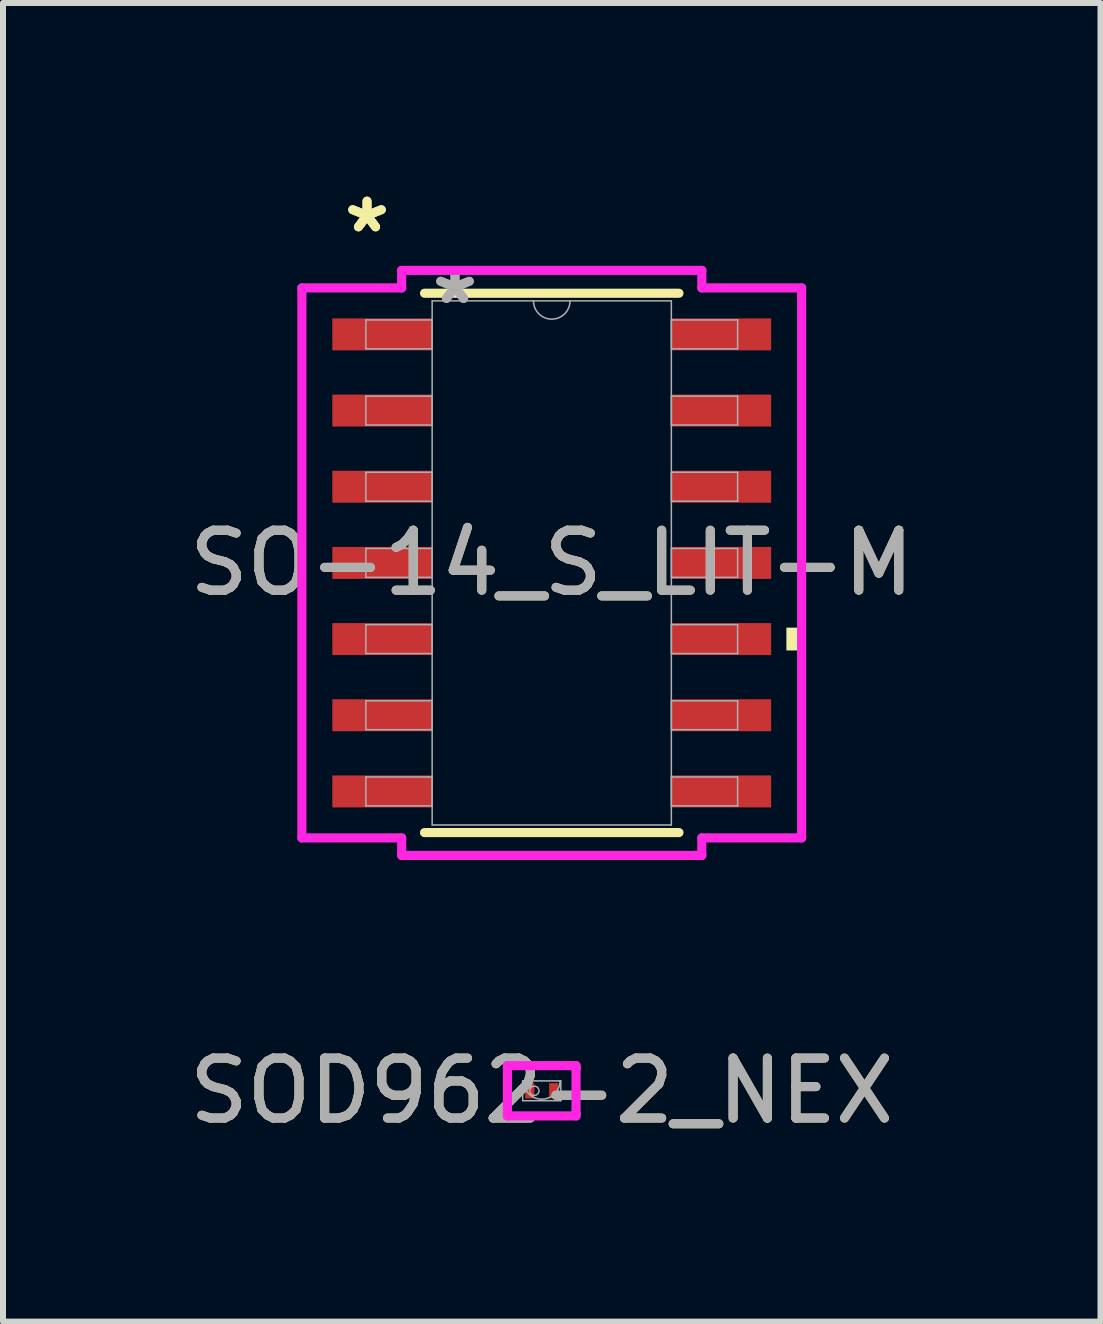
<source format=kicad_pcb>
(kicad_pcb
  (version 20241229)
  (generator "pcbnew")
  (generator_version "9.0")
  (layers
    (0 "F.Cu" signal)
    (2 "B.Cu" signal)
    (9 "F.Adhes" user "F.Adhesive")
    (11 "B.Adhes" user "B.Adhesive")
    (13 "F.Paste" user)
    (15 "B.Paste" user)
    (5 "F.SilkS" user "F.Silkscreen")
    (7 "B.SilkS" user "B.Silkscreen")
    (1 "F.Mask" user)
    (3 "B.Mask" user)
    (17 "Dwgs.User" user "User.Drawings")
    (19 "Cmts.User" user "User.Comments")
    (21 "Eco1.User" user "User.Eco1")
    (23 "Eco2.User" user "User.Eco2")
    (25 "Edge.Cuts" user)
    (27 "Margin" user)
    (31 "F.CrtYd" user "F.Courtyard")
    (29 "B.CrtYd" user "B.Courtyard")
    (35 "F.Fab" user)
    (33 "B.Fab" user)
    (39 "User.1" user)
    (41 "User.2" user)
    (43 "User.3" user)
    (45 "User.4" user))
  (footprint "SOD962-2_NEX"
    (layer "F.Cu")
    (at 5.982 15.136)
    (property "Reference" "SOD962-2_NEX" (at 0 0 0) (unlocked yes) (layer "F.SilkS") (effects (font (size 1 1) (thickness 0.15))))
    (attr smd)
    (fp_line (start -0.572 -0.419) (end 0.572 -0.419) (stroke (width 0.152) (type solid)) (layer "F.CrtYd"))
    (fp_line (start -0.572 -0.381) (end -0.572 -0.419) (stroke (width 0.152) (type solid)) (layer "F.CrtYd"))
    (fp_line (start -0.572 -0.381) (end -0.572 -0.381) (stroke (width 0.152) (type solid)) (layer "F.CrtYd"))
    (fp_line (start -0.572 0.381) (end -0.572 -0.381) (stroke (width 0.152) (type solid)) (layer "F.CrtYd"))
    (fp_line (start -0.572 0.381) (end -0.572 0.381) (stroke (width 0.152) (type solid)) (layer "F.CrtYd"))
    (fp_line (start -0.572 0.419) (end -0.572 0.381) (stroke (width 0.152) (type solid)) (layer "F.CrtYd"))
    (fp_line (start 0.572 -0.419) (end 0.572 -0.381) (stroke (width 0.152) (type solid)) (layer "F.CrtYd"))
    (fp_line (start 0.572 -0.381) (end 0.572 -0.381) (stroke (width 0.152) (type solid)) (layer "F.CrtYd"))
    (fp_line (start 0.572 -0.381) (end 0.572 0.381) (stroke (width 0.152) (type solid)) (layer "F.CrtYd"))
    (fp_line (start 0.572 0.381) (end 0.572 0.381) (stroke (width 0.152) (type solid)) (layer "F.CrtYd"))
    (fp_line (start 0.572 0.381) (end 0.572 0.419) (stroke (width 0.152) (type solid)) (layer "F.CrtYd"))
    (fp_line (start 0.572 0.419) (end -0.572 0.419) (stroke (width 0.152) (type solid)) (layer "F.CrtYd"))
    (fp_line (start -0.318 -0.165) (end -0.318 0.165) (stroke (width 0.025) (type solid)) (layer "F.Fab"))
    (fp_line (start -0.318 0.165) (end 0.318 0.165) (stroke (width 0.025) (type solid)) (layer "F.Fab"))
    (fp_line (start 0.318 -0.165) (end -0.318 -0.165) (stroke (width 0.025) (type solid)) (layer "F.Fab"))
    (fp_line (start 0.318 0.165) (end 0.318 -0.165) (stroke (width 0.025) (type solid)) (layer "F.Fab"))
    (fp_arc (start 0.3048 -0.1651) (mid 0 0.1397) (end -0.3048 -0.1651) (stroke (width 0.0254) (type solid)) (layer "F.Fab"))
    (fp_circle (center -0.123 0) (end -0.046 0) (stroke (width 0.025) (type solid)) (fill no) (layer "F.Fab"))
    (fp_text user "${REFERENCE}" (at 0 0 0) (unlocked yes) (layer "F.Fab") (effects (font (size 1 1) (thickness 0.15))))
    (pad "1" smd rect (at -0.199 0) (size 0.152 0.254) (layers "F.Cu" "F.Mask" "F.Paste"))
    (pad "2" smd rect (at 0.199 0) (size 0.152 0.254) (layers "F.Cu" "F.Mask" "F.Paste")))
  (footprint "SO-14_S_LIT-M"
    (layer "F.Cu")
    (at 6.149 6.335)
    (property "Reference" "SO-14_S_LIT-M" (at 0 0 0) (unlocked yes) (layer "F.SilkS") (effects (font (size 1 1) (thickness 0.15))))
    (attr smd)
    (fp_line (start -2.121 4.496) (end 2.121 4.496) (stroke (width 0.152) (type solid)) (layer "F.SilkS"))
    (fp_line (start 2.121 -4.496) (end -2.121 -4.496) (stroke (width 0.152) (type solid)) (layer "F.SilkS"))
    (fp_poly (pts (xy 4.166 1.079) (xy 4.166 1.46) (xy 3.912 1.46) (xy 3.912 1.079)) (stroke (width 0) (type solid)) (fill yes) (layer "F.SilkS"))
    (fp_line (start -4.166 -4.585) (end -2.502 -4.585) (stroke (width 0.152) (type solid)) (layer "F.CrtYd"))
    (fp_line (start -4.166 4.585) (end -4.166 -4.585) (stroke (width 0.152) (type solid)) (layer "F.CrtYd"))
    (fp_line (start -4.166 4.585) (end -2.502 4.585) (stroke (width 0.152) (type solid)) (layer "F.CrtYd"))
    (fp_line (start -2.502 -4.877) (end 2.502 -4.877) (stroke (width 0.152) (type solid)) (layer "F.CrtYd"))
    (fp_line (start -2.502 -4.585) (end -2.502 -4.877) (stroke (width 0.152) (type solid)) (layer "F.CrtYd"))
    (fp_line (start -2.502 4.877) (end -2.502 4.585) (stroke (width 0.152) (type solid)) (layer "F.CrtYd"))
    (fp_line (start 2.502 -4.877) (end 2.502 -4.585) (stroke (width 0.152) (type solid)) (layer "F.CrtYd"))
    (fp_line (start 2.502 4.585) (end 2.502 4.877) (stroke (width 0.152) (type solid)) (layer "F.CrtYd"))
    (fp_line (start 2.502 4.877) (end -2.502 4.877) (stroke (width 0.152) (type solid)) (layer "F.CrtYd"))
    (fp_line (start 4.166 -4.585) (end 2.502 -4.585) (stroke (width 0.152) (type solid)) (layer "F.CrtYd"))
    (fp_line (start 4.166 -4.585) (end 4.166 4.585) (stroke (width 0.152) (type solid)) (layer "F.CrtYd"))
    (fp_line (start 4.166 4.585) (end 2.502 4.585) (stroke (width 0.152) (type solid)) (layer "F.CrtYd"))
    (fp_line (start -3.099 -4.051) (end -3.099 -3.569) (stroke (width 0.025) (type solid)) (layer "F.Fab"))
    (fp_line (start -3.099 -3.569) (end -1.994 -3.569) (stroke (width 0.025) (type solid)) (layer "F.Fab"))
    (fp_line (start -3.099 -2.781) (end -3.099 -2.299) (stroke (width 0.025) (type solid)) (layer "F.Fab"))
    (fp_line (start -3.099 -2.299) (end -1.994 -2.299) (stroke (width 0.025) (type solid)) (layer "F.Fab"))
    (fp_line (start -3.099 -1.511) (end -3.099 -1.029) (stroke (width 0.025) (type solid)) (layer "F.Fab"))
    (fp_line (start -3.099 -1.029) (end -1.994 -1.029) (stroke (width 0.025) (type solid)) (layer "F.Fab"))
    (fp_line (start -3.099 -0.241) (end -3.099 0.241) (stroke (width 0.025) (type solid)) (layer "F.Fab"))
    (fp_line (start -3.099 0.241) (end -1.994 0.241) (stroke (width 0.025) (type solid)) (layer "F.Fab"))
    (fp_line (start -3.099 1.029) (end -3.099 1.511) (stroke (width 0.025) (type solid)) (layer "F.Fab"))
    (fp_line (start -3.099 1.511) (end -1.994 1.511) (stroke (width 0.025) (type solid)) (layer "F.Fab"))
    (fp_line (start -3.099 2.299) (end -3.099 2.781) (stroke (width 0.025) (type solid)) (layer "F.Fab"))
    (fp_line (start -3.099 2.781) (end -1.994 2.781) (stroke (width 0.025) (type solid)) (layer "F.Fab"))
    (fp_line (start -3.099 3.569) (end -3.099 4.051) (stroke (width 0.025) (type solid)) (layer "F.Fab"))
    (fp_line (start -3.099 4.051) (end -1.994 4.051) (stroke (width 0.025) (type solid)) (layer "F.Fab"))
    (fp_line (start -1.994 -4.369) (end -1.994 4.369) (stroke (width 0.025) (type solid)) (layer "F.Fab"))
    (fp_line (start -1.994 -4.051) (end -3.099 -4.051) (stroke (width 0.025) (type solid)) (layer "F.Fab"))
    (fp_line (start -1.994 -3.569) (end -1.994 -4.051) (stroke (width 0.025) (type solid)) (layer "F.Fab"))
    (fp_line (start -1.994 -2.781) (end -3.099 -2.781) (stroke (width 0.025) (type solid)) (layer "F.Fab"))
    (fp_line (start -1.994 -2.299) (end -1.994 -2.781) (stroke (width 0.025) (type solid)) (layer "F.Fab"))
    (fp_line (start -1.994 -1.511) (end -3.099 -1.511) (stroke (width 0.025) (type solid)) (layer "F.Fab"))
    (fp_line (start -1.994 -1.029) (end -1.994 -1.511) (stroke (width 0.025) (type solid)) (layer "F.Fab"))
    (fp_line (start -1.994 -0.241) (end -3.099 -0.241) (stroke (width 0.025) (type solid)) (layer "F.Fab"))
    (fp_line (start -1.994 0.241) (end -1.994 -0.241) (stroke (width 0.025) (type solid)) (layer "F.Fab"))
    (fp_line (start -1.994 1.029) (end -3.099 1.029) (stroke (width 0.025) (type solid)) (layer "F.Fab"))
    (fp_line (start -1.994 1.511) (end -1.994 1.029) (stroke (width 0.025) (type solid)) (layer "F.Fab"))
    (fp_line (start -1.994 2.299) (end -3.099 2.299) (stroke (width 0.025) (type solid)) (layer "F.Fab"))
    (fp_line (start -1.994 2.781) (end -1.994 2.299) (stroke (width 0.025) (type solid)) (layer "F.Fab"))
    (fp_line (start -1.994 3.569) (end -3.099 3.569) (stroke (width 0.025) (type solid)) (layer "F.Fab"))
    (fp_line (start -1.994 4.051) (end -1.994 3.569) (stroke (width 0.025) (type solid)) (layer "F.Fab"))
    (fp_line (start -1.994 4.369) (end 1.994 4.369) (stroke (width 0.025) (type solid)) (layer "F.Fab"))
    (fp_line (start 1.994 -4.369) (end -1.994 -4.369) (stroke (width 0.025) (type solid)) (layer "F.Fab"))
    (fp_line (start 1.994 -4.051) (end 1.994 -3.569) (stroke (width 0.025) (type solid)) (layer "F.Fab"))
    (fp_line (start 1.994 -3.569) (end 3.099 -3.569) (stroke (width 0.025) (type solid)) (layer "F.Fab"))
    (fp_line (start 1.994 -2.781) (end 1.994 -2.299) (stroke (width 0.025) (type solid)) (layer "F.Fab"))
    (fp_line (start 1.994 -2.299) (end 3.099 -2.299) (stroke (width 0.025) (type solid)) (layer "F.Fab"))
    (fp_line (start 1.994 -1.511) (end 1.994 -1.029) (stroke (width 0.025) (type solid)) (layer "F.Fab"))
    (fp_line (start 1.994 -1.029) (end 3.099 -1.029) (stroke (width 0.025) (type solid)) (layer "F.Fab"))
    (fp_line (start 1.994 -0.241) (end 1.994 0.241) (stroke (width 0.025) (type solid)) (layer "F.Fab"))
    (fp_line (start 1.994 0.241) (end 3.099 0.241) (stroke (width 0.025) (type solid)) (layer "F.Fab"))
    (fp_line (start 1.994 1.029) (end 1.994 1.511) (stroke (width 0.025) (type solid)) (layer "F.Fab"))
    (fp_line (start 1.994 1.511) (end 3.099 1.511) (stroke (width 0.025) (type solid)) (layer "F.Fab"))
    (fp_line (start 1.994 2.299) (end 1.994 2.781) (stroke (width 0.025) (type solid)) (layer "F.Fab"))
    (fp_line (start 1.994 2.781) (end 3.099 2.781) (stroke (width 0.025) (type solid)) (layer "F.Fab"))
    (fp_line (start 1.994 3.569) (end 1.994 4.051) (stroke (width 0.025) (type solid)) (layer "F.Fab"))
    (fp_line (start 1.994 4.051) (end 3.099 4.051) (stroke (width 0.025) (type solid)) (layer "F.Fab"))
    (fp_line (start 1.994 4.369) (end 1.994 -4.369) (stroke (width 0.025) (type solid)) (layer "F.Fab"))
    (fp_line (start 3.099 -4.051) (end 1.994 -4.051) (stroke (width 0.025) (type solid)) (layer "F.Fab"))
    (fp_line (start 3.099 -3.569) (end 3.099 -4.051) (stroke (width 0.025) (type solid)) (layer "F.Fab"))
    (fp_line (start 3.099 -2.781) (end 1.994 -2.781) (stroke (width 0.025) (type solid)) (layer "F.Fab"))
    (fp_line (start 3.099 -2.299) (end 3.099 -2.781) (stroke (width 0.025) (type solid)) (layer "F.Fab"))
    (fp_line (start 3.099 -1.511) (end 1.994 -1.511) (stroke (width 0.025) (type solid)) (layer "F.Fab"))
    (fp_line (start 3.099 -1.029) (end 3.099 -1.511) (stroke (width 0.025) (type solid)) (layer "F.Fab"))
    (fp_line (start 3.099 -0.241) (end 1.994 -0.241) (stroke (width 0.025) (type solid)) (layer "F.Fab"))
    (fp_line (start 3.099 0.241) (end 3.099 -0.241) (stroke (width 0.025) (type solid)) (layer "F.Fab"))
    (fp_line (start 3.099 1.029) (end 1.994 1.029) (stroke (width 0.025) (type solid)) (layer "F.Fab"))
    (fp_line (start 3.099 1.511) (end 3.099 1.029) (stroke (width 0.025) (type solid)) (layer "F.Fab"))
    (fp_line (start 3.099 2.299) (end 1.994 2.299) (stroke (width 0.025) (type solid)) (layer "F.Fab"))
    (fp_line (start 3.099 2.781) (end 3.099 2.299) (stroke (width 0.025) (type solid)) (layer "F.Fab"))
    (fp_line (start 3.099 3.569) (end 1.994 3.569) (stroke (width 0.025) (type solid)) (layer "F.Fab"))
    (fp_line (start 3.099 4.051) (end 3.099 3.569) (stroke (width 0.025) (type solid)) (layer "F.Fab"))
    (fp_arc (start 0.3048 -4.3688) (mid 0 -4.064) (end -0.3048 -4.3688) (stroke (width 0.0254) (type solid)) (layer "F.Fab"))
    (fp_text user "*" (at -3.08 -5.486 0) (layer "F.SilkS") (effects (font (size 1 1) (thickness 0.15))))
    (fp_text user "*" (at -3.08 -5.486 0) (unlocked yes) (layer "F.SilkS") (effects (font (size 1 1) (thickness 0.15))))
    (fp_text user "*" (at -1.613 -4.293 0) (unlocked yes) (layer "F.Fab") (effects (font (size 1 1) (thickness 0.15))))
    (fp_text user "*" (at -1.613 -4.293 0) (layer "F.Fab") (effects (font (size 1 1) (thickness 0.15))))
    (fp_text user "${REFERENCE}" (at 0 0 0) (unlocked yes) (layer "F.Fab") (effects (font (size 1 1) (thickness 0.15))))
    (pad "1" smd rect (at -2.826 -3.81) (size 1.664 0.533) (layers "F.Cu" "F.Mask" "F.Paste"))
    (pad "2" smd rect (at -2.826 -2.54) (size 1.664 0.533) (layers "F.Cu" "F.Mask" "F.Paste"))
    (pad "3" smd rect (at -2.826 -1.27) (size 1.664 0.533) (layers "F.Cu" "F.Mask" "F.Paste"))
    (pad "4" smd rect (at -2.826 0) (size 1.664 0.533) (layers "F.Cu" "F.Mask" "F.Paste"))
    (pad "5" smd rect (at -2.826 1.27) (size 1.664 0.533) (layers "F.Cu" "F.Mask" "F.Paste"))
    (pad "6" smd rect (at -2.826 2.54) (size 1.664 0.533) (layers "F.Cu" "F.Mask" "F.Paste"))
    (pad "7" smd rect (at -2.826 3.81) (size 1.664 0.533) (layers "F.Cu" "F.Mask" "F.Paste"))
    (pad "8" smd rect (at 2.826 3.81) (size 1.664 0.533) (layers "F.Cu" "F.Mask" "F.Paste"))
    (pad "9" smd rect (at 2.826 2.54) (size 1.664 0.533) (layers "F.Cu" "F.Mask" "F.Paste"))
    (pad "10" smd rect (at 2.826 1.27) (size 1.664 0.533) (layers "F.Cu" "F.Mask" "F.Paste"))
    (pad "11" smd rect (at 2.826 0) (size 1.664 0.533) (layers "F.Cu" "F.Mask" "F.Paste"))
    (pad "12" smd rect (at 2.826 -1.27) (size 1.664 0.533) (layers "F.Cu" "F.Mask" "F.Paste"))
    (pad "13" smd rect (at 2.826 -2.54) (size 1.664 0.533) (layers "F.Cu" "F.Mask" "F.Paste"))
    (pad "14" smd rect (at 2.826 -3.81) (size 1.664 0.533) (layers "F.Cu" "F.Mask" "F.Paste")))
  (gr_rect
    (start -3 -3)
    (end 15.298 18.984)
    (stroke (width 0.1) (type default))
    (fill no)
    (layer "Edge.Cuts")))
</source>
